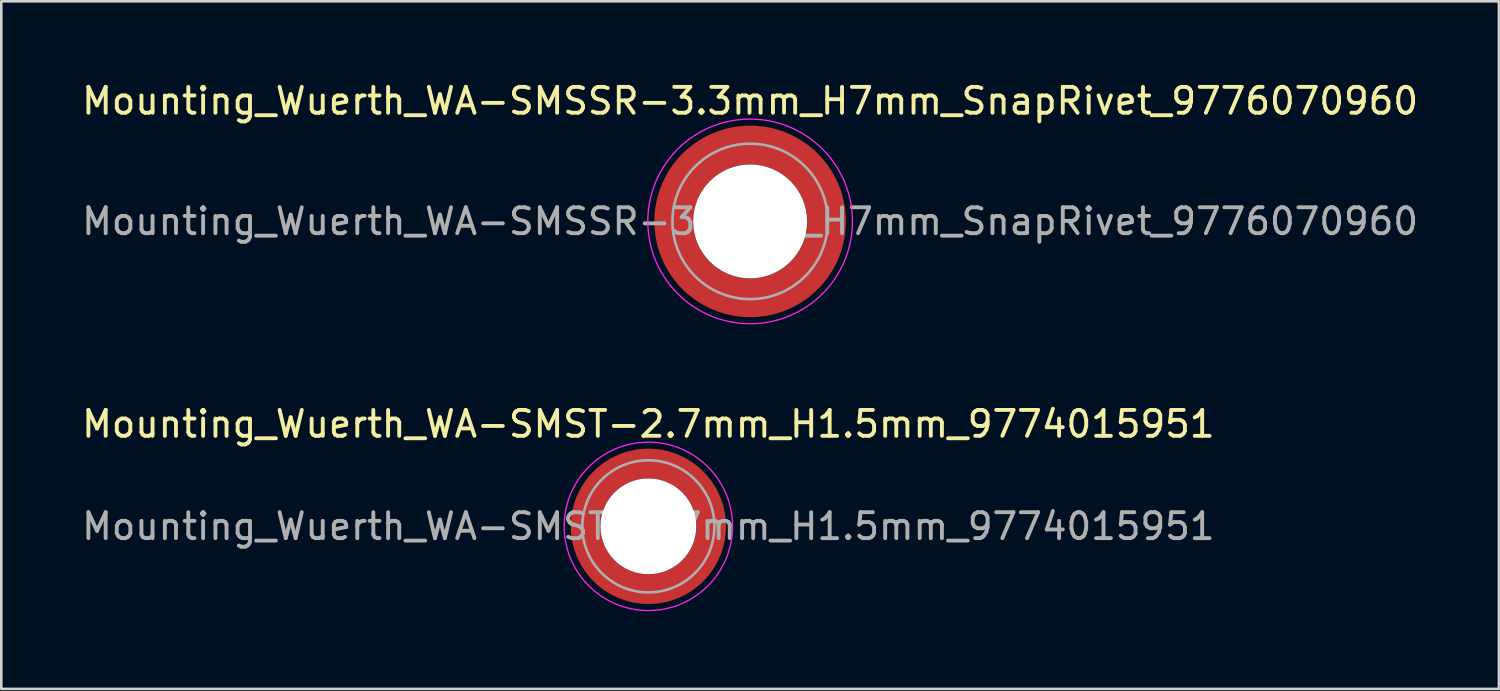
<source format=kicad_pcb>
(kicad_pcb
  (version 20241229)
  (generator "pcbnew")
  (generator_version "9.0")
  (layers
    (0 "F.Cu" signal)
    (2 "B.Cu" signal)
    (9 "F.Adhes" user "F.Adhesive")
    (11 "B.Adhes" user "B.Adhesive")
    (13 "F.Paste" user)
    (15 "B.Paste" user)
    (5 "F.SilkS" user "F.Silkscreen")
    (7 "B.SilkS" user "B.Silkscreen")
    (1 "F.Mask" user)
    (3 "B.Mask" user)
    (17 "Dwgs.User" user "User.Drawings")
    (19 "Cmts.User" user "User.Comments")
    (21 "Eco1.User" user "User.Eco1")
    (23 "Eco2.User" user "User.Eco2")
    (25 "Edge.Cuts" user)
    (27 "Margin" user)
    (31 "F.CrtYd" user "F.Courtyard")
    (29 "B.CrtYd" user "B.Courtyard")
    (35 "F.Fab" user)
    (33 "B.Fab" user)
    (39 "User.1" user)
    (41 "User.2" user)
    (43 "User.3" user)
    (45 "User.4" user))
  (footprint "Mounting_Wuerth_WA-SMSSR-3.3mm_H7mm_SnapRivet_9776070960"
    (layer "F.Cu")
    (at 25.911 5.498)
    (property "Reference" "Mounting_Wuerth_WA-SMSSR-3.3mm_H7mm_SnapRivet_9776070960" (at 0 -4.65 0) (layer "F.SilkS") (effects (font (size 1 1) (thickness 0.15))))
    (attr smd allow_soldermask_bridges)
    (fp_circle (center 0 0) (end 3.95 0) (stroke (width 0.05) (type solid)) (fill no) (layer "F.CrtYd"))
    (fp_circle (center 0 0) (end 3 0) (stroke (width 0.1) (type solid)) (fill no) (layer "F.Fab"))
    (fp_text user "${REFERENCE}" (at 0 0 0) (layer "F.Fab") (effects (font (size 1 1) (thickness 0.15))))
    (pad "" smd custom (at -2.077 -2.077) (size 0.698 0.698) (layers "F.Paste") (options (anchor circle)) (primitives (gr_arc (start -0.208831 1.577126) (mid 0.422496 0.422496) (end 1.577126 -0.208831) (width 0.2)) (gr_arc (start -0.310669 1.577126) (mid 0.35208 0.35208) (end 1.577126 -0.310669) (width 0.2)) (gr_arc (start -0.412325 1.577126) (mid 0.281664 0.281664) (end 1.577126 -0.412325) (width 0.2)) (gr_arc (start -0.51382 1.577126) (mid 0.211248 0.211248) (end 1.577126 -0.51382) (width 0.2)) (gr_arc (start -0.615172 1.577126) (mid 0.140832 0.140832) (end 1.577126 -0.615172) (width 0.2)) (gr_arc (start -0.716397 1.577126) (mid 0.070416 0.070416) (end 1.577126 -0.716397) (width 0.2)) (gr_arc (start -0.817508 1.577126) (mid 0 0) (end 1.577126 -0.817508) (width 0.2)) (gr_arc (start -0.918517 1.577126) (mid -0.070416 -0.070416) (end 1.577126 -0.918517) (width 0.2)) (gr_arc (start -1.019433 1.577126) (mid -0.140832 -0.140832) (end 1.577126 -1.019433) (width 0.2)) (gr_arc (start -1.120266 1.577126) (mid -0.211248 -0.211248) (end 1.577126 -1.120266) (width 0.2)) (gr_arc (start -1.221022 1.577126) (mid -0.281664 -0.281664) (end 1.577126 -1.221022) (width 0.2)) (gr_arc (start -1.32171 1.577126) (mid -0.35208 -0.35208) (end 1.577126 -1.32171) (width 0.2)) (gr_arc (start -1.422335 1.577126) (mid -0.422496 -0.422496) (end 1.577126 -1.422335) (width 0.2)) (gr_line (start 1.577 -0.209) (end 1.577 -1.422) (width 0.2)) (gr_line (start -0.209 1.577) (end -1.422 1.577) (width 0.2))))
    (pad "" smd custom (at -2.077 2.077) (size 0.698 0.698) (layers "F.Paste") (options (anchor circle)) (primitives (gr_arc (start 1.577126 0.208831) (mid 0.422496 -0.422496) (end -0.208831 -1.577126) (width 0.2)) (gr_arc (start 1.577126 0.310669) (mid 0.35208 -0.35208) (end -0.310669 -1.577126) (width 0.2)) (gr_arc (start 1.577126 0.412325) (mid 0.281664 -0.281664) (end -0.412325 -1.577126) (width 0.2)) (gr_arc (start 1.577126 0.51382) (mid 0.211248 -0.211248) (end -0.51382 -1.577126) (width 0.2)) (gr_arc (start 1.577126 0.615172) (mid 0.140832 -0.140832) (end -0.615172 -1.577126) (width 0.2)) (gr_arc (start 1.577126 0.716397) (mid 0.070416 -0.070416) (end -0.716397 -1.577126) (width 0.2)) (gr_arc (start 1.577126 0.817508) (mid 0 0) (end -0.817508 -1.577126) (width 0.2)) (gr_arc (start 1.577126 0.918517) (mid -0.070416 0.070416) (end -0.918517 -1.577126) (width 0.2)) (gr_arc (start 1.577126 1.019433) (mid -0.140832 0.140832) (end -1.019433 -1.577126) (width 0.2)) (gr_arc (start 1.577126 1.120266) (mid -0.211248 0.211248) (end -1.120266 -1.577126) (width 0.2)) (gr_arc (start 1.577126 1.221022) (mid -0.281664 0.281664) (end -1.221022 -1.577126) (width 0.2)) (gr_arc (start 1.577126 1.32171) (mid -0.35208 0.35208) (end -1.32171 -1.577126) (width 0.2)) (gr_arc (start 1.577126 1.422335) (mid -0.422496 0.422496) (end -1.422335 -1.577126) (width 0.2)) (gr_line (start -0.209 -1.577) (end -1.422 -1.577) (width 0.2)) (gr_line (start 1.577 0.209) (end 1.577 1.422) (width 0.2))))
    (pad "" np_thru_hole circle (at 0 0) (size 4.4 4.4) (drill 4.4) (layers "*.Cu" "*.Mask"))
    (pad "" smd custom (at 2.077 -2.077) (size 0.698 0.698) (layers "F.Paste") (options (anchor circle)) (primitives (gr_arc (start -1.577126 -0.208831) (mid -0.422496 0.422496) (end 0.208831 1.577126) (width 0.2)) (gr_arc (start -1.577126 -0.310669) (mid -0.35208 0.35208) (end 0.310669 1.577126) (width 0.2)) (gr_arc (start -1.577126 -0.412325) (mid -0.281664 0.281664) (end 0.412325 1.577126) (width 0.2)) (gr_arc (start -1.577126 -0.51382) (mid -0.211248 0.211248) (end 0.51382 1.577126) (width 0.2)) (gr_arc (start -1.577126 -0.615172) (mid -0.140832 0.140832) (end 0.615172 1.577126) (width 0.2)) (gr_arc (start -1.577126 -0.716397) (mid -0.070416 0.070416) (end 0.716397 1.577126) (width 0.2)) (gr_arc (start -1.577126 -0.817508) (mid 0 0) (end 0.817508 1.577126) (width 0.2)) (gr_arc (start -1.577126 -0.918517) (mid 0.070416 -0.070416) (end 0.918517 1.577126) (width 0.2)) (gr_arc (start -1.577126 -1.019433) (mid 0.140832 -0.140832) (end 1.019433 1.577126) (width 0.2)) (gr_arc (start -1.577126 -1.120266) (mid 0.211248 -0.211248) (end 1.120266 1.577126) (width 0.2)) (gr_arc (start -1.577126 -1.221022) (mid 0.281664 -0.281664) (end 1.221022 1.577126) (width 0.2)) (gr_arc (start -1.577126 -1.32171) (mid 0.35208 -0.35208) (end 1.32171 1.577126) (width 0.2)) (gr_arc (start -1.577126 -1.422335) (mid 0.422496 -0.422496) (end 1.422335 1.577126) (width 0.2)) (gr_line (start 0.209 1.577) (end 1.422 1.577) (width 0.2)) (gr_line (start -1.577 -0.209) (end -1.577 -1.422) (width 0.2))))
    (pad "" smd custom (at 2.077 2.077) (size 0.698 0.698) (layers "F.Paste") (options (anchor circle)) (primitives (gr_arc (start 0.208831 -1.577126) (mid -0.422496 -0.422496) (end -1.577126 0.208831) (width 0.2)) (gr_arc (start 0.310669 -1.577126) (mid -0.35208 -0.35208) (end -1.577126 0.310669) (width 0.2)) (gr_arc (start 0.412325 -1.577126) (mid -0.281664 -0.281664) (end -1.577126 0.412325) (width 0.2)) (gr_arc (start 0.51382 -1.577126) (mid -0.211248 -0.211248) (end -1.577126 0.51382) (width 0.2)) (gr_arc (start 0.615172 -1.577126) (mid -0.140832 -0.140832) (end -1.577126 0.615172) (width 0.2)) (gr_arc (start 0.716397 -1.577126) (mid -0.070416 -0.070416) (end -1.577126 0.716397) (width 0.2)) (gr_arc (start 0.817508 -1.577126) (mid 0 0) (end -1.577126 0.817508) (width 0.2)) (gr_arc (start 0.918517 -1.577126) (mid 0.070416 0.070416) (end -1.577126 0.918517) (width 0.2)) (gr_arc (start 1.019433 -1.577126) (mid 0.140832 0.140832) (end -1.577126 1.019433) (width 0.2)) (gr_arc (start 1.120266 -1.577126) (mid 0.211248 0.211248) (end -1.577126 1.120266) (width 0.2)) (gr_arc (start 1.221022 -1.577126) (mid 0.281664 0.281664) (end -1.577126 1.221022) (width 0.2)) (gr_arc (start 1.32171 -1.577126) (mid 0.35208 0.35208) (end -1.577126 1.32171) (width 0.2)) (gr_arc (start 1.422335 -1.577126) (mid 0.422496 0.422496) (end -1.577126 1.422335) (width 0.2)) (gr_line (start -1.577 0.209) (end -1.577 1.422) (width 0.2)) (gr_line (start 0.209 -1.577) (end 1.422 -1.577) (width 0.2))))
    (pad "1" smd circle (at -2.95 0) (size 0.992 0.992) (layers "F.Cu"))
    (pad "1" smd circle (at 0 -2.95) (size 0.992 0.992) (layers "F.Cu"))
    (pad "1" smd circle (at 0 2.95) (size 0.992 0.992) (layers "F.Cu"))
    (pad "1" smd custom (at 2.95 0) (size 1.5 1.5) (layers "F.Cu" "F.Mask") (options (anchor circle)) (primitives (gr_circle (center -2.95 0) (end 0 0) (width 1.5) (fill no)))))
  (footprint "Mounting_Wuerth_WA-SMST-2.7mm_H1.5mm_9774015951"
    (layer "F.Cu")
    (at 21.982 17.271)
    (property "Reference" "Mounting_Wuerth_WA-SMST-2.7mm_H1.5mm_9774015951" (at 0 -3.95 0) (layer "F.SilkS") (effects (font (size 1 1) (thickness 0.15))))
    (attr smd allow_soldermask_bridges)
    (fp_circle (center 0 0) (end 3.25 0) (stroke (width 0.05) (type solid)) (fill no) (layer "F.CrtYd"))
    (fp_circle (center 0 0) (end 2.55 0) (stroke (width 0.1) (type solid)) (fill no) (layer "F.Fab"))
    (fp_text user "${REFERENCE}" (at 0 0 0) (layer "F.Fab") (effects (font (size 1 1) (thickness 0.15))))
    (pad "" smd custom (at -1.704 -1.704) (size 0.51 0.51) (layers "F.Paste") (options (anchor circle)) (primitives (gr_arc (start -0.250195 1.279127) (mid 0.289914 0.289914) (end 1.279127 -0.250195) (width 0.2)) (gr_arc (start -0.34334 1.279127) (mid 0.225488 0.225488) (end 1.279127 -0.34334) (width 0.2)) (gr_arc (start -0.436309 1.279127) (mid 0.161063 0.161063) (end 1.279127 -0.436309) (width 0.2)) (gr_arc (start -0.529126 1.279127) (mid 0.096638 0.096638) (end 1.279127 -0.529126) (width 0.2)) (gr_arc (start -0.621807 1.279127) (mid 0.032213 0.032213) (end 1.279127 -0.621807) (width 0.2)) (gr_arc (start -0.71437 1.279127) (mid -0.032213 -0.032213) (end 1.279127 -0.71437) (width 0.2)) (gr_arc (start -0.806826 1.279127) (mid -0.096638 -0.096638) (end 1.279127 -0.806826) (width 0.2)) (gr_arc (start -0.899187 1.279127) (mid -0.161063 -0.161063) (end 1.279127 -0.899187) (width 0.2)) (gr_arc (start -0.991463 1.279127) (mid -0.225488 -0.225488) (end 1.279127 -0.991463) (width 0.2)) (gr_arc (start -1.083663 1.279127) (mid -0.289914 -0.289914) (end 1.279127 -1.083663) (width 0.2)) (gr_line (start 1.279 -0.25) (end 1.279 -1.084) (width 0.2)) (gr_line (start -0.25 1.279) (end -1.084 1.279) (width 0.2))))
    (pad "" smd custom (at -1.704 1.704) (size 0.51 0.51) (layers "F.Paste") (options (anchor circle)) (primitives (gr_arc (start 1.279127 0.250195) (mid 0.289914 -0.289914) (end -0.250195 -1.279127) (width 0.2)) (gr_arc (start 1.279127 0.34334) (mid 0.225488 -0.225488) (end -0.34334 -1.279127) (width 0.2)) (gr_arc (start 1.279127 0.436309) (mid 0.161063 -0.161063) (end -0.436309 -1.279127) (width 0.2)) (gr_arc (start 1.279127 0.529126) (mid 0.096638 -0.096638) (end -0.529126 -1.279127) (width 0.2)) (gr_arc (start 1.279127 0.621807) (mid 0.032213 -0.032213) (end -0.621807 -1.279127) (width 0.2)) (gr_arc (start 1.279127 0.71437) (mid -0.032213 0.032213) (end -0.71437 -1.279127) (width 0.2)) (gr_arc (start 1.279127 0.806826) (mid -0.096638 0.096638) (end -0.806826 -1.279127) (width 0.2)) (gr_arc (start 1.279127 0.899187) (mid -0.161063 0.161063) (end -0.899187 -1.279127) (width 0.2)) (gr_arc (start 1.279127 0.991463) (mid -0.225488 0.225488) (end -0.991463 -1.279127) (width 0.2)) (gr_arc (start 1.279127 1.083663) (mid -0.289914 0.289914) (end -1.083663 -1.279127) (width 0.2)) (gr_line (start -0.25 -1.279) (end -1.084 -1.279) (width 0.2)) (gr_line (start 1.279 0.25) (end 1.279 1.084) (width 0.2))))
    (pad "" np_thru_hole circle (at 0 0) (size 3.7 3.7) (drill 3.7) (layers "*.Cu" "*.Mask"))
    (pad "" smd custom (at 1.704 -1.704) (size 0.51 0.51) (layers "F.Paste") (options (anchor circle)) (primitives (gr_arc (start -1.279127 -0.250195) (mid -0.289914 0.289914) (end 0.250195 1.279127) (width 0.2)) (gr_arc (start -1.279127 -0.34334) (mid -0.225488 0.225488) (end 0.34334 1.279127) (width 0.2)) (gr_arc (start -1.279127 -0.436309) (mid -0.161063 0.161063) (end 0.436309 1.279127) (width 0.2)) (gr_arc (start -1.279127 -0.529126) (mid -0.096638 0.096638) (end 0.529126 1.279127) (width 0.2)) (gr_arc (start -1.279127 -0.621807) (mid -0.032213 0.032213) (end 0.621807 1.279127) (width 0.2)) (gr_arc (start -1.279127 -0.71437) (mid 0.032213 -0.032213) (end 0.71437 1.279127) (width 0.2)) (gr_arc (start -1.279127 -0.806826) (mid 0.096638 -0.096638) (end 0.806826 1.279127) (width 0.2)) (gr_arc (start -1.279127 -0.899187) (mid 0.161063 -0.161063) (end 0.899187 1.279127) (width 0.2)) (gr_arc (start -1.279127 -0.991463) (mid 0.225488 -0.225488) (end 0.991463 1.279127) (width 0.2)) (gr_arc (start -1.279127 -1.083663) (mid 0.289914 -0.289914) (end 1.083663 1.279127) (width 0.2)) (gr_line (start 0.25 1.279) (end 1.084 1.279) (width 0.2)) (gr_line (start -1.279 -0.25) (end -1.279 -1.084) (width 0.2))))
    (pad "" smd custom (at 1.704 1.704) (size 0.51 0.51) (layers "F.Paste") (options (anchor circle)) (primitives (gr_arc (start 0.250195 -1.279127) (mid -0.289914 -0.289914) (end -1.279127 0.250195) (width 0.2)) (gr_arc (start 0.34334 -1.279127) (mid -0.225488 -0.225488) (end -1.279127 0.34334) (width 0.2)) (gr_arc (start 0.436309 -1.279127) (mid -0.161063 -0.161063) (end -1.279127 0.436309) (width 0.2)) (gr_arc (start 0.529126 -1.279127) (mid -0.096638 -0.096638) (end -1.279127 0.529126) (width 0.2)) (gr_arc (start 0.621807 -1.279127) (mid -0.032213 -0.032213) (end -1.279127 0.621807) (width 0.2)) (gr_arc (start 0.71437 -1.279127) (mid 0.032213 0.032213) (end -1.279127 0.71437) (width 0.2)) (gr_arc (start 0.806826 -1.279127) (mid 0.096638 0.096638) (end -1.279127 0.806826) (width 0.2)) (gr_arc (start 0.899187 -1.279127) (mid 0.161063 0.161063) (end -1.279127 0.899187) (width 0.2)) (gr_arc (start 0.991463 -1.279127) (mid 0.225488 0.225488) (end -1.279127 0.991463) (width 0.2)) (gr_arc (start 1.083663 -1.279127) (mid 0.289914 0.289914) (end -1.279127 1.083663) (width 0.2)) (gr_line (start -1.279 0.25) (end -1.279 1.084) (width 0.2)) (gr_line (start 0.25 -1.279) (end 1.084 -1.279) (width 0.2))))
    (pad "1" smd circle (at -2.425 0) (size 0.642 0.642) (layers "F.Cu"))
    (pad "1" smd circle (at 0 -2.425) (size 0.642 0.642) (layers "F.Cu"))
    (pad "1" smd circle (at 0 2.425) (size 0.642 0.642) (layers "F.Cu"))
    (pad "1" smd custom (at 2.425 0) (size 1.15 1.15) (layers "F.Cu" "F.Mask") (options (anchor circle)) (primitives (gr_circle (center -2.425 0) (end 0 0) (width 1.15) (fill no)))))
  (gr_rect
    (start -3 -3)
    (end 54.821 23.547)
    (stroke (width 0.1) (type default))
    (fill no)
    (layer "Edge.Cuts")))
</source>
